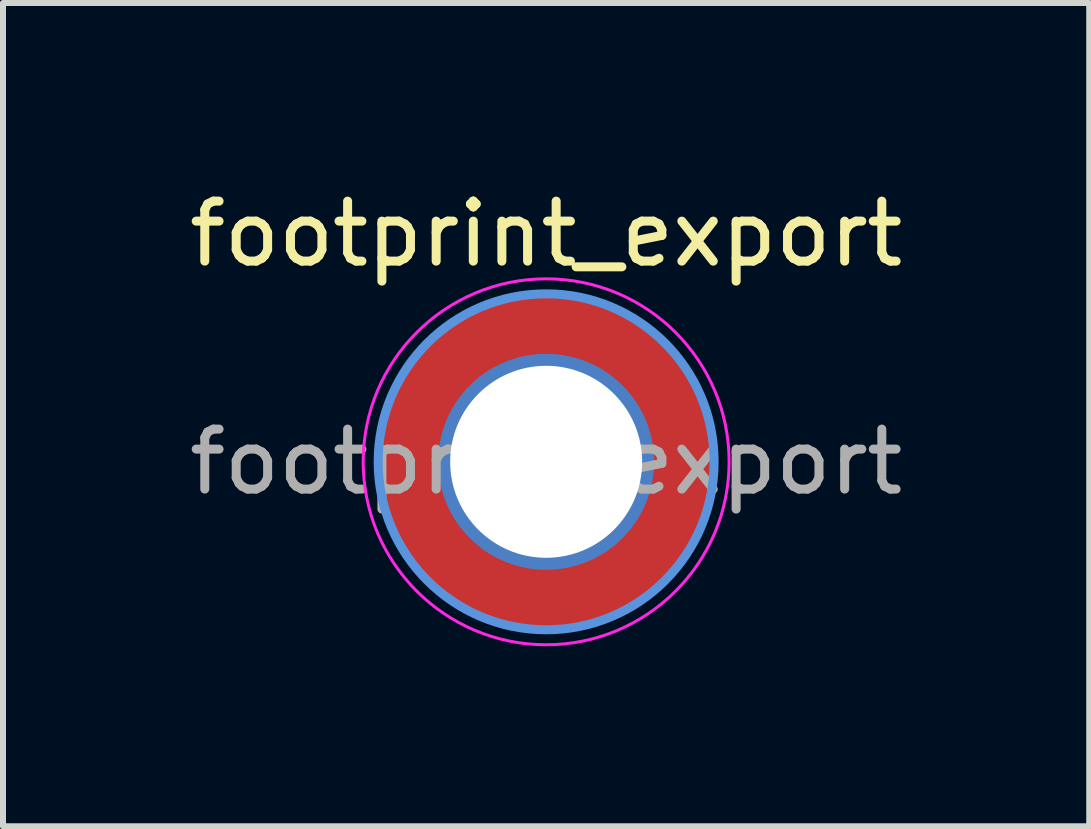
<source format=kicad_pcb>
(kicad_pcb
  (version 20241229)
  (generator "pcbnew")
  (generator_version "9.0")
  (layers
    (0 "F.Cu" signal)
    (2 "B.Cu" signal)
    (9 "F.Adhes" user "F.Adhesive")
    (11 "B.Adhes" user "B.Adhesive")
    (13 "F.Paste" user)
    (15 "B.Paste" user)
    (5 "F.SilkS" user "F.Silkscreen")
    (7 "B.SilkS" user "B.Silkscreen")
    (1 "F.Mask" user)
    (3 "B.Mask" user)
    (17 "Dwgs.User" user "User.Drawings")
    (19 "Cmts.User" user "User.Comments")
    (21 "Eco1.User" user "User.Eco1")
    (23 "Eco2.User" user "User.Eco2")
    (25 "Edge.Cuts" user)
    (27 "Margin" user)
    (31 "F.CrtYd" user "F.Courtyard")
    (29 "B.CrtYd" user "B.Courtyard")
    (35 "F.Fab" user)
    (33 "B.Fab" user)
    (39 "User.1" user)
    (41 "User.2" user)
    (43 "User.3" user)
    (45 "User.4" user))
  (footprint "footprint_export"
    (layer "F.Cu")
    (at 6.054 4.648)
    (property "Reference" "footprint_export" (at 0 -3.8 0) (layer "F.SilkS") (effects (font (size 1 1) (thickness 0.15))))
    (attr exclude_from_pos_files exclude_from_bom)
    (fp_circle (center 0 0) (end 2.8 0) (stroke (width 0.15) (type solid)) (fill no) (layer "Cmts.User"))
    (fp_circle (center 0 0) (end 3.05 0) (stroke (width 0.05) (type solid)) (fill no) (layer "F.CrtYd"))
    (fp_text user "${REFERENCE}" (at 0 0 0) (layer "F.Fab") (effects (font (size 1 1) (thickness 0.15))))
    (pad "1" thru_hole circle (at 0 0) (size 3.6 3.6) (drill 3.2) (layers "*.Cu" "*.Mask"))
    (pad "1" connect circle (at 0 0) (size 5.6 5.6) (layers "F.Cu" "F.Mask")))
  (gr_rect
    (start -3 -3)
    (end 15.107 10.723)
    (stroke (width 0.1) (type default))
    (fill no)
    (layer "Edge.Cuts")))
</source>
